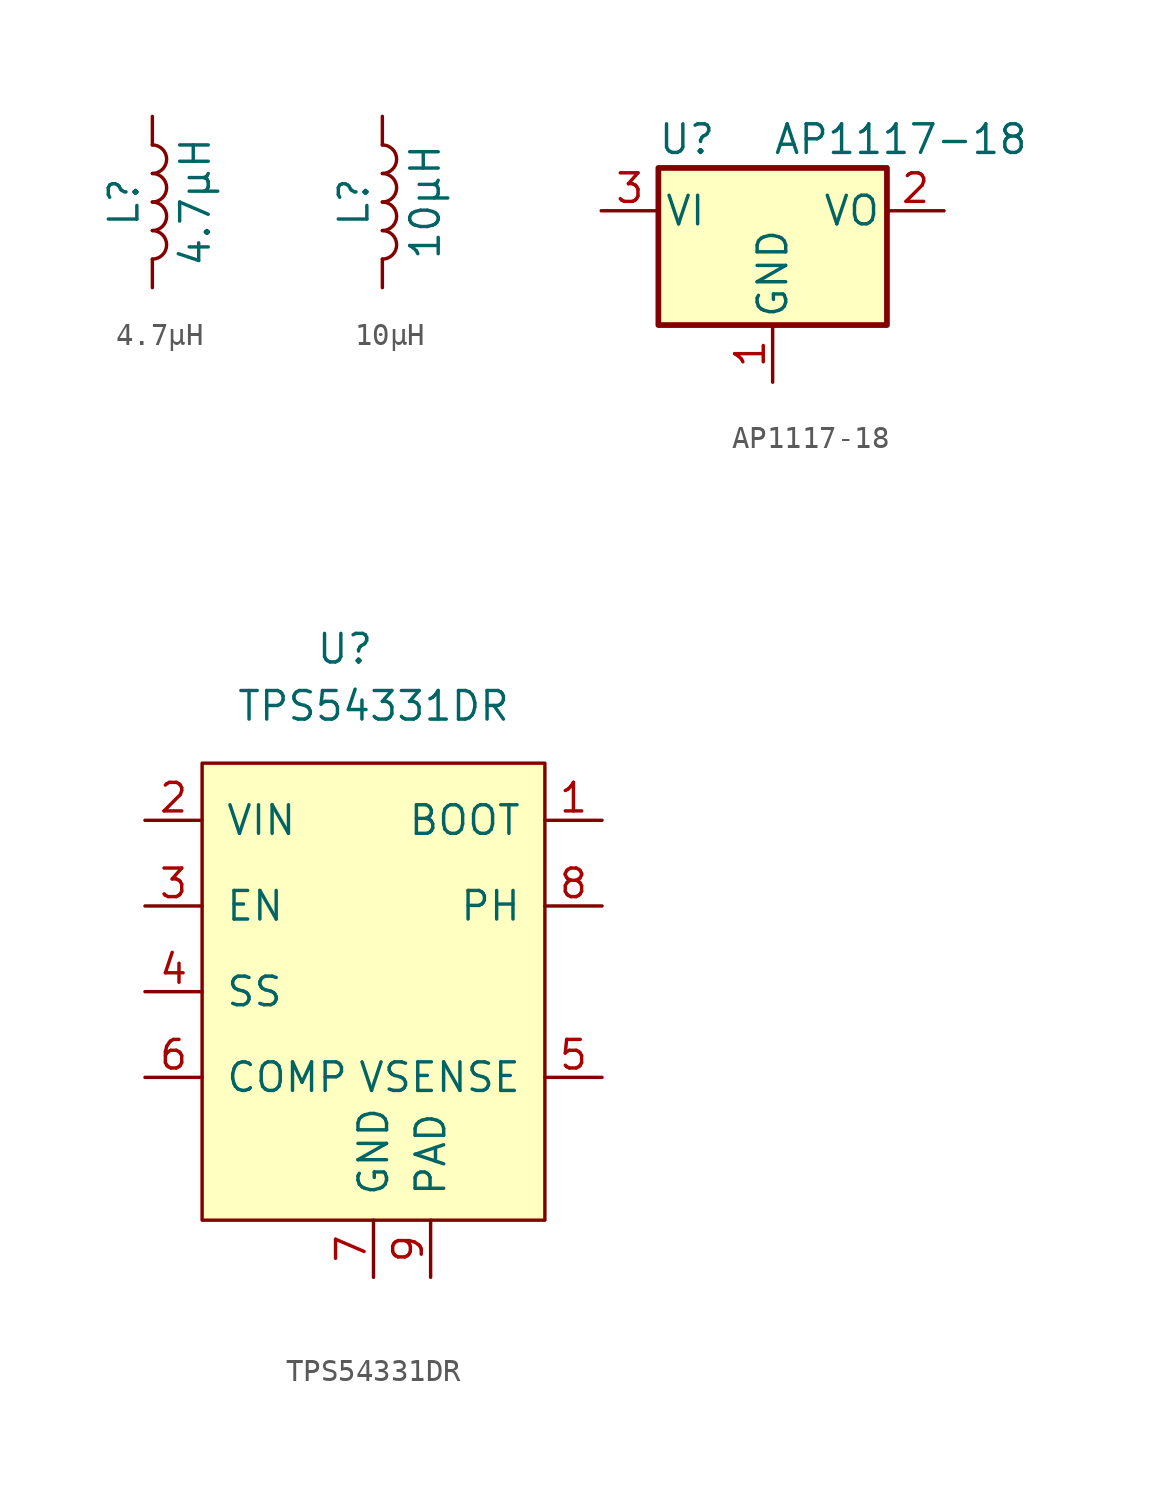
<source format=kicad_sym>
(kicad_symbol_lib
  (version 20220914)
  (generator kicad_symbol_editor)
  (symbol "4.7μH"
    (pin_numbers hide)
    (pin_names
      (offset 1.016) hide)
    (property "Reference" "L"
      (at -1.27 0 90)
      (effects (font (size 1.27 1.27))))
    (property "Value" "4.7μH"
      (at 1.905 0 90)
      (effects (font (size 1.27 1.27))))
    (symbol "4.7μH_0_1"
      (arc (start 0 -2.54) (mid 0.6323 -1.905) (end 0 -1.27) (stroke (width 0) (type solid)) (fill (type none)))
      (arc (start 0 -1.27) (mid 0.6323 -0.635) (end 0 0) (stroke (width 0) (type solid)) (fill (type none)))
      (arc (start 0 0) (mid 0.6323 0.635) (end 0 1.27) (stroke (width 0) (type solid)) (fill (type none)))
      (arc (start 0 1.27) (mid 0.6323 1.905) (end 0 2.54) (stroke (width 0) (type solid)) (fill (type none))))
    (symbol "4.7μH_1_1"
      (pin passive line (at 0 3.81 270) (length 1.27) (name "1" (effects (font (size 1.27 1.27)))) (number "1" (effects (font (size 1.27 1.27)))))
      (pin passive line (at 0 -3.81 90) (length 1.27) (name "2" (effects (font (size 1.27 1.27)))) (number "2" (effects (font (size 1.27 1.27)))))))
  (symbol "10μH"
    (pin_numbers hide)
    (pin_names
      (offset 1.016) hide)
    (property "Reference" "L"
      (at -1.27 0 90)
      (effects (font (size 1.27 1.27))))
    (property "Value" "10μH"
      (at 1.905 0 90)
      (effects (font (size 1.27 1.27))))
    (symbol "10μH_0_1"
      (arc (start 0 -2.54) (mid 0.6323 -1.905) (end 0 -1.27) (stroke (width 0) (type solid)) (fill (type none)))
      (arc (start 0 -1.27) (mid 0.6323 -0.635) (end 0 0) (stroke (width 0) (type solid)) (fill (type none)))
      (arc (start 0 0) (mid 0.6323 0.635) (end 0 1.27) (stroke (width 0) (type solid)) (fill (type none)))
      (arc (start 0 1.27) (mid 0.6323 1.905) (end 0 2.54) (stroke (width 0) (type solid)) (fill (type none))))
    (symbol "10μH_1_1"
      (pin passive line (at 0 3.81 270) (length 1.27) (name "1" (effects (font (size 1.27 1.27)))) (number "1" (effects (font (size 1.27 1.27)))))
      (pin passive line (at 0 -3.81 90) (length 1.27) (name "2" (effects (font (size 1.27 1.27)))) (number "2" (effects (font (size 1.27 1.27)))))))
  (symbol "AP1117-18"
    (pin_names
      (offset 0.254))
    (property "Reference" "U"
      (at -3.81 3.175 0)
      (effects (font (size 1.27 1.27))))
    (property "Value" "AP1117-18"
      (at 0 3.175 0)
      (effects (font (size 1.27 1.27)) (justify left)))
    (symbol "AP1117-18_0_1"
      (rectangle (start -5.08 -5.08) (end 5.08 1.905) (stroke (width 0.254) (type solid)) (fill (type background))))
    (symbol "AP1117-18_1_1"
      (pin power_in line (at 0 -7.62 90) (length 2.54) (name "GND" (effects (font (size 1.27 1.27)))) (number "1" (effects (font (size 1.27 1.27)))))
      (pin power_out line (at 7.62 0 180) (length 2.54) (name "VO" (effects (font (size 1.27 1.27)))) (number "2" (effects (font (size 1.27 1.27)))))
      (pin power_in line (at -7.62 0 0) (length 2.54) (name "VI" (effects (font (size 1.27 1.27)))) (number "3" (effects (font (size 1.27 1.27)))))))
  (symbol "TPS54331DR"
    (pin_names
      (offset 1.016))
    (property "Reference" "U"
      (at -1.27 17.78 0)
      (effects (font (size 1.27 1.27))))
    (property "Value" "TPS54331DR"
      (at 0 15.24 0)
      (effects (font (size 1.27 1.27))))
    (symbol "TPS54331DR_0_1"
      (rectangle (start -7.62 12.7) (end 7.62 -7.62) (stroke (width 0) (type solid)) (fill (type background))))
    (symbol "TPS54331DR_1_1"
      (pin input line (at 10.16 10.16 180) (length 2.54) (name "BOOT" (effects (font (size 1.27 1.27)))) (number "1" (effects (font (size 1.27 1.27)))))
      (pin input line (at -10.16 10.16 0) (length 2.54) (name "VIN" (effects (font (size 1.27 1.27)))) (number "2" (effects (font (size 1.27 1.27)))))
      (pin input line (at -10.16 6.35 0) (length 2.54) (name "EN" (effects (font (size 1.27 1.27)))) (number "3" (effects (font (size 1.27 1.27)))))
      (pin input line (at -10.16 2.54 0) (length 2.54) (name "SS" (effects (font (size 1.27 1.27)))) (number "4" (effects (font (size 1.27 1.27)))))
      (pin input line (at 10.16 -1.27 180) (length 2.54) (name "VSENSE" (effects (font (size 1.27 1.27)))) (number "5" (effects (font (size 1.27 1.27)))))
      (pin input line (at -10.16 -1.27 0) (length 2.54) (name "COMP" (effects (font (size 1.27 1.27)))) (number "6" (effects (font (size 1.27 1.27)))))
      (pin input line (at 0 -10.16 90) (length 2.54) (name "GND" (effects (font (size 1.27 1.27)))) (number "7" (effects (font (size 1.27 1.27)))))
      (pin input line (at 10.16 6.35 180) (length 2.54) (name "PH" (effects (font (size 1.27 1.27)))) (number "8" (effects (font (size 1.27 1.27)))))
      (pin input line (at 2.54 -10.16 90) (length 2.54) (name "PAD" (effects (font (size 1.27 1.27)))) (number "9" (effects (font (size 1.27 1.27))))))))
</source>
